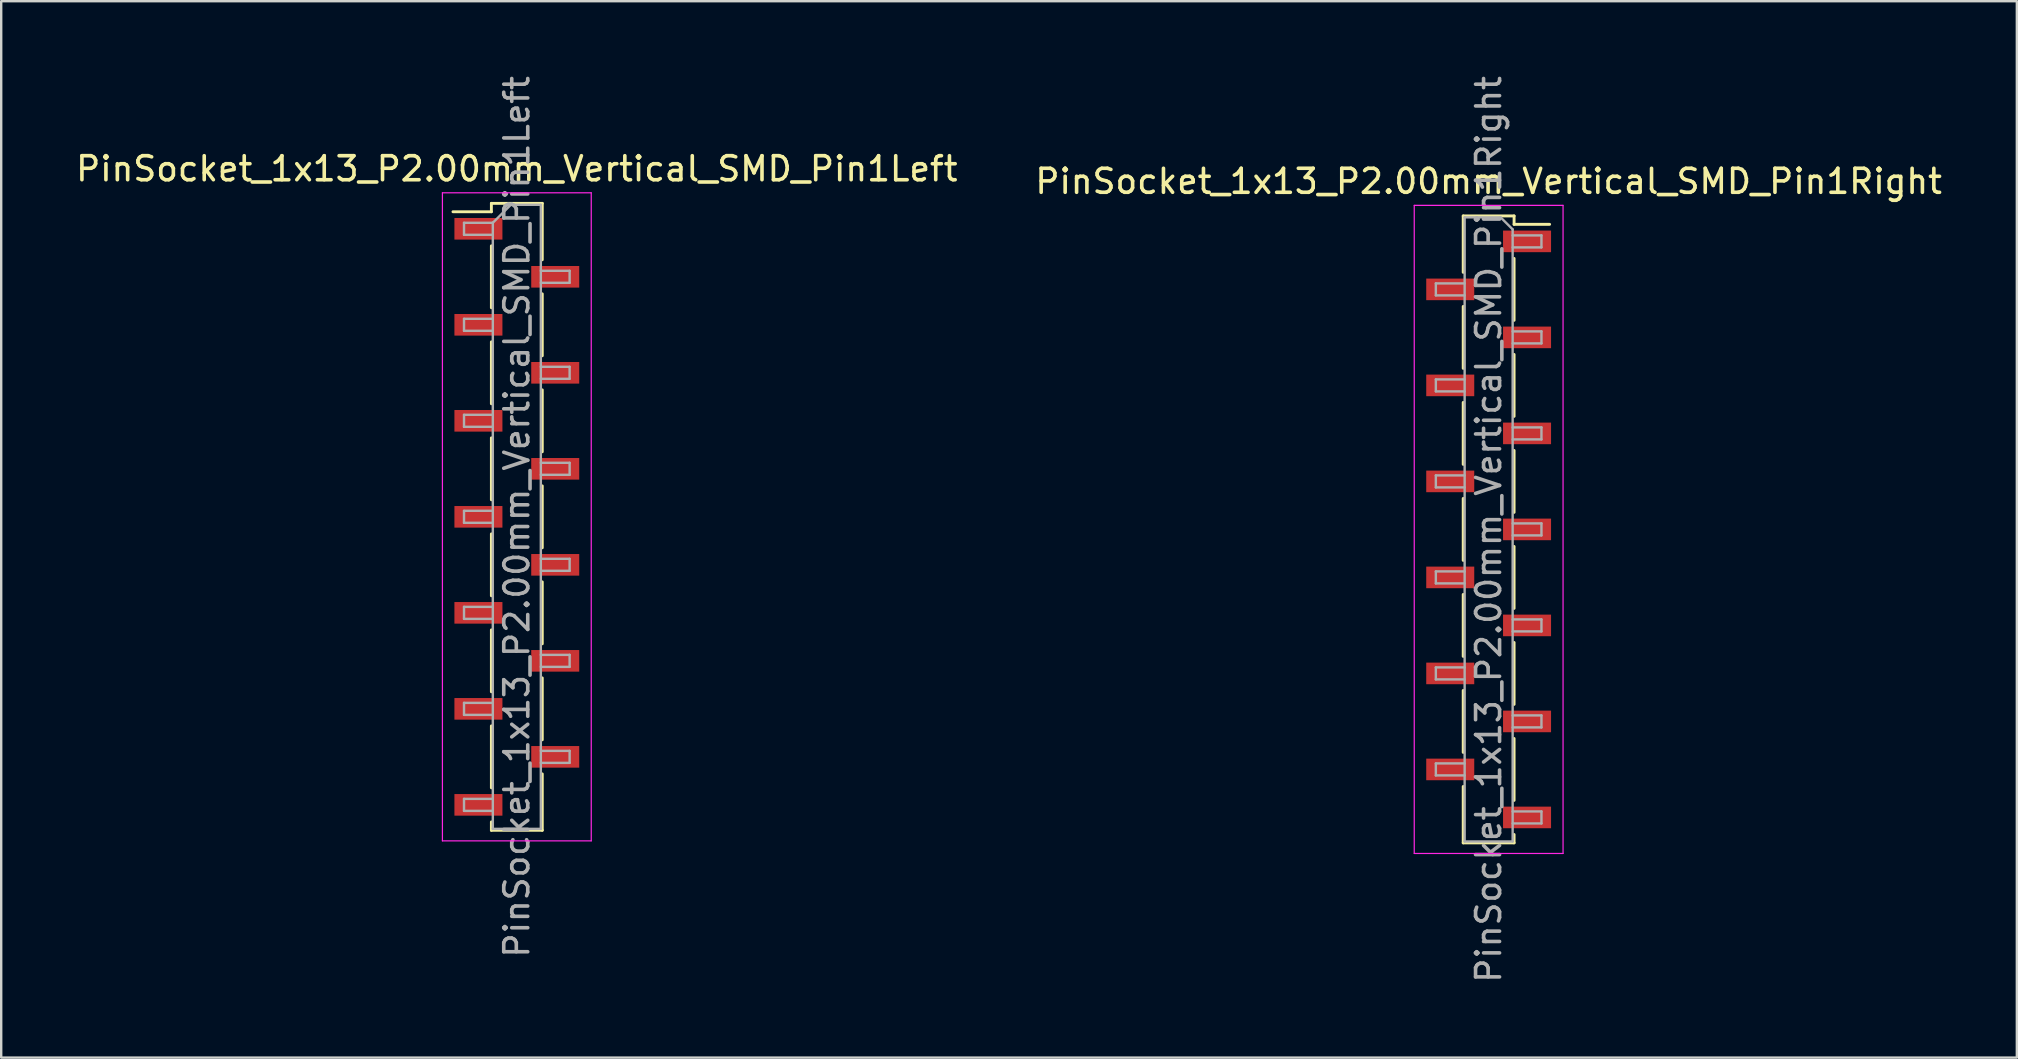
<source format=kicad_pcb>
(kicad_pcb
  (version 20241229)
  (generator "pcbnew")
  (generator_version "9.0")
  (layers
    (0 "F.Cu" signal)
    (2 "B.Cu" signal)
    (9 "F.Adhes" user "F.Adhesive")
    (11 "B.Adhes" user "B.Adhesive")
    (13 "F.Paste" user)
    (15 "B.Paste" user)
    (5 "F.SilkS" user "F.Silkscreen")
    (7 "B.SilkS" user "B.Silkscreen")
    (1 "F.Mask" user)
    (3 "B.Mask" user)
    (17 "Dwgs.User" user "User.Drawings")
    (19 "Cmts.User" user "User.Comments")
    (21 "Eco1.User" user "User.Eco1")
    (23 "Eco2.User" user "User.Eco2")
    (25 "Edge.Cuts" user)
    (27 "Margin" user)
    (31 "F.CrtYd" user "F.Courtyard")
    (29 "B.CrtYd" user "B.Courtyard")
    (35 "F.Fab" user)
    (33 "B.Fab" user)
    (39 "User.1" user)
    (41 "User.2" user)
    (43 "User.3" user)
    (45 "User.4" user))
  (footprint "PinSocket_1x13_P2.00mm_Vertical_SMD_Pin1Left"
    (layer "F.Cu")
    (at 18.482 18.482)
    (property "Reference" "PinSocket_1x13_P2.00mm_Vertical_SMD_Pin1Left" (at 0 -14.5 0) (layer "F.SilkS") (effects (font (size 1 1) (thickness 0.15))))
    (attr smd)
    (fp_line (start -2.66 -12.71) (end -1.06 -12.71) (stroke (width 0.12) (type solid)) (layer "F.SilkS"))
    (fp_line (start -1.06 -13.06) (end 1.06 -13.06) (stroke (width 0.12) (type solid)) (layer "F.SilkS"))
    (fp_line (start -1.06 -12.71) (end -1.06 -13.06) (stroke (width 0.12) (type solid)) (layer "F.SilkS"))
    (fp_line (start -1.06 -11.29) (end -1.06 -8.71) (stroke (width 0.12) (type solid)) (layer "F.SilkS"))
    (fp_line (start -1.06 -7.29) (end -1.06 -4.71) (stroke (width 0.12) (type solid)) (layer "F.SilkS"))
    (fp_line (start -1.06 -3.29) (end -1.06 -0.71) (stroke (width 0.12) (type solid)) (layer "F.SilkS"))
    (fp_line (start -1.06 0.71) (end -1.06 3.29) (stroke (width 0.12) (type solid)) (layer "F.SilkS"))
    (fp_line (start -1.06 4.71) (end -1.06 7.29) (stroke (width 0.12) (type solid)) (layer "F.SilkS"))
    (fp_line (start -1.06 8.71) (end -1.06 11.29) (stroke (width 0.12) (type solid)) (layer "F.SilkS"))
    (fp_line (start -1.06 13.06) (end -1.06 12.71) (stroke (width 0.12) (type solid)) (layer "F.SilkS"))
    (fp_line (start 1.06 -13.06) (end 1.06 -10.71) (stroke (width 0.12) (type solid)) (layer "F.SilkS"))
    (fp_line (start 1.06 -9.29) (end 1.06 -6.71) (stroke (width 0.12) (type solid)) (layer "F.SilkS"))
    (fp_line (start 1.06 -5.29) (end 1.06 -2.71) (stroke (width 0.12) (type solid)) (layer "F.SilkS"))
    (fp_line (start 1.06 -1.29) (end 1.06 1.29) (stroke (width 0.12) (type solid)) (layer "F.SilkS"))
    (fp_line (start 1.06 2.71) (end 1.06 5.29) (stroke (width 0.12) (type solid)) (layer "F.SilkS"))
    (fp_line (start 1.06 6.71) (end 1.06 9.29) (stroke (width 0.12) (type solid)) (layer "F.SilkS"))
    (fp_line (start 1.06 10.71) (end 1.06 13.06) (stroke (width 0.12) (type solid)) (layer "F.SilkS"))
    (fp_line (start 1.06 13.06) (end -1.06 13.06) (stroke (width 0.12) (type solid)) (layer "F.SilkS"))
    (fp_line (start -3.1 -13.5) (end 3.1 -13.5) (stroke (width 0.05) (type solid)) (layer "F.CrtYd"))
    (fp_line (start -3.1 13.5) (end -3.1 -13.5) (stroke (width 0.05) (type solid)) (layer "F.CrtYd"))
    (fp_line (start 3.1 -13.5) (end 3.1 13.5) (stroke (width 0.05) (type solid)) (layer "F.CrtYd"))
    (fp_line (start 3.1 13.5) (end -3.1 13.5) (stroke (width 0.05) (type solid)) (layer "F.CrtYd"))
    (fp_line (start -2.2 -12.25) (end -1 -12.25) (stroke (width 0.1) (type solid)) (layer "F.Fab"))
    (fp_line (start -2.2 -11.75) (end -2.2 -12.25) (stroke (width 0.1) (type solid)) (layer "F.Fab"))
    (fp_line (start -2.2 -8.25) (end -1 -8.25) (stroke (width 0.1) (type solid)) (layer "F.Fab"))
    (fp_line (start -2.2 -7.75) (end -2.2 -8.25) (stroke (width 0.1) (type solid)) (layer "F.Fab"))
    (fp_line (start -2.2 -4.25) (end -1 -4.25) (stroke (width 0.1) (type solid)) (layer "F.Fab"))
    (fp_line (start -2.2 -3.75) (end -2.2 -4.25) (stroke (width 0.1) (type solid)) (layer "F.Fab"))
    (fp_line (start -2.2 -0.25) (end -1 -0.25) (stroke (width 0.1) (type solid)) (layer "F.Fab"))
    (fp_line (start -2.2 0.25) (end -2.2 -0.25) (stroke (width 0.1) (type solid)) (layer "F.Fab"))
    (fp_line (start -2.2 3.75) (end -1 3.75) (stroke (width 0.1) (type solid)) (layer "F.Fab"))
    (fp_line (start -2.2 4.25) (end -2.2 3.75) (stroke (width 0.1) (type solid)) (layer "F.Fab"))
    (fp_line (start -2.2 7.75) (end -1 7.75) (stroke (width 0.1) (type solid)) (layer "F.Fab"))
    (fp_line (start -2.2 8.25) (end -2.2 7.75) (stroke (width 0.1) (type solid)) (layer "F.Fab"))
    (fp_line (start -2.2 11.75) (end -1 11.75) (stroke (width 0.1) (type solid)) (layer "F.Fab"))
    (fp_line (start -2.2 12.25) (end -2.2 11.75) (stroke (width 0.1) (type solid)) (layer "F.Fab"))
    (fp_line (start -1 -12.25) (end -0.25 -13) (stroke (width 0.1) (type solid)) (layer "F.Fab"))
    (fp_line (start -1 -11.75) (end -2.2 -11.75) (stroke (width 0.1) (type solid)) (layer "F.Fab"))
    (fp_line (start -1 -7.75) (end -2.2 -7.75) (stroke (width 0.1) (type solid)) (layer "F.Fab"))
    (fp_line (start -1 -3.75) (end -2.2 -3.75) (stroke (width 0.1) (type solid)) (layer "F.Fab"))
    (fp_line (start -1 0.25) (end -2.2 0.25) (stroke (width 0.1) (type solid)) (layer "F.Fab"))
    (fp_line (start -1 4.25) (end -2.2 4.25) (stroke (width 0.1) (type solid)) (layer "F.Fab"))
    (fp_line (start -1 8.25) (end -2.2 8.25) (stroke (width 0.1) (type solid)) (layer "F.Fab"))
    (fp_line (start -1 12.25) (end -2.2 12.25) (stroke (width 0.1) (type solid)) (layer "F.Fab"))
    (fp_line (start -1 13) (end -1 -12.25) (stroke (width 0.1) (type solid)) (layer "F.Fab"))
    (fp_line (start -0.25 -13) (end 1 -13) (stroke (width 0.1) (type solid)) (layer "F.Fab"))
    (fp_line (start 1 -13) (end 1 13) (stroke (width 0.1) (type solid)) (layer "F.Fab"))
    (fp_line (start 1 -10.25) (end 2.2 -10.25) (stroke (width 0.1) (type solid)) (layer "F.Fab"))
    (fp_line (start 1 -6.25) (end 2.2 -6.25) (stroke (width 0.1) (type solid)) (layer "F.Fab"))
    (fp_line (start 1 -2.25) (end 2.2 -2.25) (stroke (width 0.1) (type solid)) (layer "F.Fab"))
    (fp_line (start 1 1.75) (end 2.2 1.75) (stroke (width 0.1) (type solid)) (layer "F.Fab"))
    (fp_line (start 1 5.75) (end 2.2 5.75) (stroke (width 0.1) (type solid)) (layer "F.Fab"))
    (fp_line (start 1 9.75) (end 2.2 9.75) (stroke (width 0.1) (type solid)) (layer "F.Fab"))
    (fp_line (start 1 13) (end -1 13) (stroke (width 0.1) (type solid)) (layer "F.Fab"))
    (fp_line (start 2.2 -10.25) (end 2.2 -9.75) (stroke (width 0.1) (type solid)) (layer "F.Fab"))
    (fp_line (start 2.2 -9.75) (end 1 -9.75) (stroke (width 0.1) (type solid)) (layer "F.Fab"))
    (fp_line (start 2.2 -6.25) (end 2.2 -5.75) (stroke (width 0.1) (type solid)) (layer "F.Fab"))
    (fp_line (start 2.2 -5.75) (end 1 -5.75) (stroke (width 0.1) (type solid)) (layer "F.Fab"))
    (fp_line (start 2.2 -2.25) (end 2.2 -1.75) (stroke (width 0.1) (type solid)) (layer "F.Fab"))
    (fp_line (start 2.2 -1.75) (end 1 -1.75) (stroke (width 0.1) (type solid)) (layer "F.Fab"))
    (fp_line (start 2.2 1.75) (end 2.2 2.25) (stroke (width 0.1) (type solid)) (layer "F.Fab"))
    (fp_line (start 2.2 2.25) (end 1 2.25) (stroke (width 0.1) (type solid)) (layer "F.Fab"))
    (fp_line (start 2.2 5.75) (end 2.2 6.25) (stroke (width 0.1) (type solid)) (layer "F.Fab"))
    (fp_line (start 2.2 6.25) (end 1 6.25) (stroke (width 0.1) (type solid)) (layer "F.Fab"))
    (fp_line (start 2.2 9.75) (end 2.2 10.25) (stroke (width 0.1) (type solid)) (layer "F.Fab"))
    (fp_line (start 2.2 10.25) (end 1 10.25) (stroke (width 0.1) (type solid)) (layer "F.Fab"))
    (fp_text user "${REFERENCE}" (at 0 0 90) (layer "F.Fab") (effects (font (size 1 1) (thickness 0.15))))
    (pad "1" smd rect (at -1.6 -12) (size 2 0.9) (layers "F.Cu" "F.Mask" "F.Paste"))
    (pad "2" smd rect (at 1.6 -10) (size 2 0.9) (layers "F.Cu" "F.Mask" "F.Paste"))
    (pad "3" smd rect (at -1.6 -8) (size 2 0.9) (layers "F.Cu" "F.Mask" "F.Paste"))
    (pad "4" smd rect (at 1.6 -6) (size 2 0.9) (layers "F.Cu" "F.Mask" "F.Paste"))
    (pad "5" smd rect (at -1.6 -4) (size 2 0.9) (layers "F.Cu" "F.Mask" "F.Paste"))
    (pad "6" smd rect (at 1.6 -2) (size 2 0.9) (layers "F.Cu" "F.Mask" "F.Paste"))
    (pad "7" smd rect (at -1.6 0) (size 2 0.9) (layers "F.Cu" "F.Mask" "F.Paste"))
    (pad "8" smd rect (at 1.6 2) (size 2 0.9) (layers "F.Cu" "F.Mask" "F.Paste"))
    (pad "9" smd rect (at -1.6 4) (size 2 0.9) (layers "F.Cu" "F.Mask" "F.Paste"))
    (pad "10" smd rect (at 1.6 6) (size 2 0.9) (layers "F.Cu" "F.Mask" "F.Paste"))
    (pad "11" smd rect (at -1.6 8) (size 2 0.9) (layers "F.Cu" "F.Mask" "F.Paste"))
    (pad "12" smd rect (at 1.6 10) (size 2 0.9) (layers "F.Cu" "F.Mask" "F.Paste"))
    (pad "13" smd rect (at -1.6 12) (size 2 0.9) (layers "F.Cu" "F.Mask" "F.Paste")))
  (footprint "PinSocket_1x13_P2.00mm_Vertical_SMD_Pin1Right"
    (layer "F.Cu")
    (at 58.97 19.006)
    (property "Reference" "PinSocket_1x13_P2.00mm_Vertical_SMD_Pin1Right" (at 0 -14.5 0) (layer "F.SilkS") (effects (font (size 1 1) (thickness 0.15))))
    (attr smd)
    (fp_line (start -1.06 -13.06) (end -1.06 -10.71) (stroke (width 0.12) (type solid)) (layer "F.SilkS"))
    (fp_line (start -1.06 -13.06) (end 1.06 -13.06) (stroke (width 0.12) (type solid)) (layer "F.SilkS"))
    (fp_line (start -1.06 -9.29) (end -1.06 -6.71) (stroke (width 0.12) (type solid)) (layer "F.SilkS"))
    (fp_line (start -1.06 -5.29) (end -1.06 -2.71) (stroke (width 0.12) (type solid)) (layer "F.SilkS"))
    (fp_line (start -1.06 -1.29) (end -1.06 1.29) (stroke (width 0.12) (type solid)) (layer "F.SilkS"))
    (fp_line (start -1.06 2.71) (end -1.06 5.29) (stroke (width 0.12) (type solid)) (layer "F.SilkS"))
    (fp_line (start -1.06 6.71) (end -1.06 9.29) (stroke (width 0.12) (type solid)) (layer "F.SilkS"))
    (fp_line (start -1.06 10.71) (end -1.06 13.06) (stroke (width 0.12) (type solid)) (layer "F.SilkS"))
    (fp_line (start -1.06 13.06) (end 1.06 13.06) (stroke (width 0.12) (type solid)) (layer "F.SilkS"))
    (fp_line (start 1.06 -13.06) (end 1.06 -12.71) (stroke (width 0.12) (type solid)) (layer "F.SilkS"))
    (fp_line (start 1.06 -12.71) (end 2.54 -12.71) (stroke (width 0.12) (type solid)) (layer "F.SilkS"))
    (fp_line (start 1.06 -11.29) (end 1.06 -8.71) (stroke (width 0.12) (type solid)) (layer "F.SilkS"))
    (fp_line (start 1.06 -7.29) (end 1.06 -4.71) (stroke (width 0.12) (type solid)) (layer "F.SilkS"))
    (fp_line (start 1.06 -3.29) (end 1.06 -0.71) (stroke (width 0.12) (type solid)) (layer "F.SilkS"))
    (fp_line (start 1.06 0.71) (end 1.06 3.29) (stroke (width 0.12) (type solid)) (layer "F.SilkS"))
    (fp_line (start 1.06 4.71) (end 1.06 7.29) (stroke (width 0.12) (type solid)) (layer "F.SilkS"))
    (fp_line (start 1.06 8.71) (end 1.06 11.29) (stroke (width 0.12) (type solid)) (layer "F.SilkS"))
    (fp_line (start 1.06 12.71) (end 1.06 13.06) (stroke (width 0.12) (type solid)) (layer "F.SilkS"))
    (fp_line (start -3.1 -13.5) (end 3.1 -13.5) (stroke (width 0.05) (type solid)) (layer "F.CrtYd"))
    (fp_line (start -3.1 13.5) (end -3.1 -13.5) (stroke (width 0.05) (type solid)) (layer "F.CrtYd"))
    (fp_line (start 3.1 -13.5) (end 3.1 13.5) (stroke (width 0.05) (type solid)) (layer "F.CrtYd"))
    (fp_line (start 3.1 13.5) (end -3.1 13.5) (stroke (width 0.05) (type solid)) (layer "F.CrtYd"))
    (fp_line (start -2.2 -10.25) (end -1 -10.25) (stroke (width 0.1) (type solid)) (layer "F.Fab"))
    (fp_line (start -2.2 -9.75) (end -2.2 -10.25) (stroke (width 0.1) (type solid)) (layer "F.Fab"))
    (fp_line (start -2.2 -6.25) (end -1 -6.25) (stroke (width 0.1) (type solid)) (layer "F.Fab"))
    (fp_line (start -2.2 -5.75) (end -2.2 -6.25) (stroke (width 0.1) (type solid)) (layer "F.Fab"))
    (fp_line (start -2.2 -2.25) (end -1 -2.25) (stroke (width 0.1) (type solid)) (layer "F.Fab"))
    (fp_line (start -2.2 -1.75) (end -2.2 -2.25) (stroke (width 0.1) (type solid)) (layer "F.Fab"))
    (fp_line (start -2.2 1.75) (end -1 1.75) (stroke (width 0.1) (type solid)) (layer "F.Fab"))
    (fp_line (start -2.2 2.25) (end -2.2 1.75) (stroke (width 0.1) (type solid)) (layer "F.Fab"))
    (fp_line (start -2.2 5.75) (end -1 5.75) (stroke (width 0.1) (type solid)) (layer "F.Fab"))
    (fp_line (start -2.2 6.25) (end -2.2 5.75) (stroke (width 0.1) (type solid)) (layer "F.Fab"))
    (fp_line (start -2.2 9.75) (end -1 9.75) (stroke (width 0.1) (type solid)) (layer "F.Fab"))
    (fp_line (start -2.2 10.25) (end -2.2 9.75) (stroke (width 0.1) (type solid)) (layer "F.Fab"))
    (fp_line (start -1 -13) (end 0.5 -13) (stroke (width 0.1) (type solid)) (layer "F.Fab"))
    (fp_line (start -1 -9.75) (end -2.2 -9.75) (stroke (width 0.1) (type solid)) (layer "F.Fab"))
    (fp_line (start -1 -5.75) (end -2.2 -5.75) (stroke (width 0.1) (type solid)) (layer "F.Fab"))
    (fp_line (start -1 -1.75) (end -2.2 -1.75) (stroke (width 0.1) (type solid)) (layer "F.Fab"))
    (fp_line (start -1 2.25) (end -2.2 2.25) (stroke (width 0.1) (type solid)) (layer "F.Fab"))
    (fp_line (start -1 6.25) (end -2.2 6.25) (stroke (width 0.1) (type solid)) (layer "F.Fab"))
    (fp_line (start -1 10.25) (end -2.2 10.25) (stroke (width 0.1) (type solid)) (layer "F.Fab"))
    (fp_line (start -1 13) (end -1 -13) (stroke (width 0.1) (type solid)) (layer "F.Fab"))
    (fp_line (start 0.5 -13) (end 1 -12.5) (stroke (width 0.1) (type solid)) (layer "F.Fab"))
    (fp_line (start 1 -12.5) (end 1 13) (stroke (width 0.1) (type solid)) (layer "F.Fab"))
    (fp_line (start 1 -12.25) (end 2.2 -12.25) (stroke (width 0.1) (type solid)) (layer "F.Fab"))
    (fp_line (start 1 -8.25) (end 2.2 -8.25) (stroke (width 0.1) (type solid)) (layer "F.Fab"))
    (fp_line (start 1 -4.25) (end 2.2 -4.25) (stroke (width 0.1) (type solid)) (layer "F.Fab"))
    (fp_line (start 1 -0.25) (end 2.2 -0.25) (stroke (width 0.1) (type solid)) (layer "F.Fab"))
    (fp_line (start 1 3.75) (end 2.2 3.75) (stroke (width 0.1) (type solid)) (layer "F.Fab"))
    (fp_line (start 1 7.75) (end 2.2 7.75) (stroke (width 0.1) (type solid)) (layer "F.Fab"))
    (fp_line (start 1 11.75) (end 2.2 11.75) (stroke (width 0.1) (type solid)) (layer "F.Fab"))
    (fp_line (start 1 13) (end -1 13) (stroke (width 0.1) (type solid)) (layer "F.Fab"))
    (fp_line (start 2.2 -12.25) (end 2.2 -11.75) (stroke (width 0.1) (type solid)) (layer "F.Fab"))
    (fp_line (start 2.2 -11.75) (end 1 -11.75) (stroke (width 0.1) (type solid)) (layer "F.Fab"))
    (fp_line (start 2.2 -8.25) (end 2.2 -7.75) (stroke (width 0.1) (type solid)) (layer "F.Fab"))
    (fp_line (start 2.2 -7.75) (end 1 -7.75) (stroke (width 0.1) (type solid)) (layer "F.Fab"))
    (fp_line (start 2.2 -4.25) (end 2.2 -3.75) (stroke (width 0.1) (type solid)) (layer "F.Fab"))
    (fp_line (start 2.2 -3.75) (end 1 -3.75) (stroke (width 0.1) (type solid)) (layer "F.Fab"))
    (fp_line (start 2.2 -0.25) (end 2.2 0.25) (stroke (width 0.1) (type solid)) (layer "F.Fab"))
    (fp_line (start 2.2 0.25) (end 1 0.25) (stroke (width 0.1) (type solid)) (layer "F.Fab"))
    (fp_line (start 2.2 3.75) (end 2.2 4.25) (stroke (width 0.1) (type solid)) (layer "F.Fab"))
    (fp_line (start 2.2 4.25) (end 1 4.25) (stroke (width 0.1) (type solid)) (layer "F.Fab"))
    (fp_line (start 2.2 7.75) (end 2.2 8.25) (stroke (width 0.1) (type solid)) (layer "F.Fab"))
    (fp_line (start 2.2 8.25) (end 1 8.25) (stroke (width 0.1) (type solid)) (layer "F.Fab"))
    (fp_line (start 2.2 11.75) (end 2.2 12.25) (stroke (width 0.1) (type solid)) (layer "F.Fab"))
    (fp_line (start 2.2 12.25) (end 1 12.25) (stroke (width 0.1) (type solid)) (layer "F.Fab"))
    (fp_text user "${REFERENCE}" (at 0 0 90) (layer "F.Fab") (effects (font (size 1 1) (thickness 0.15))))
    (pad "1" smd rect (at 1.6 -12) (size 2 0.9) (layers "F.Cu" "F.Mask" "F.Paste"))
    (pad "2" smd rect (at -1.6 -10) (size 2 0.9) (layers "F.Cu" "F.Mask" "F.Paste"))
    (pad "3" smd rect (at 1.6 -8) (size 2 0.9) (layers "F.Cu" "F.Mask" "F.Paste"))
    (pad "4" smd rect (at -1.6 -6) (size 2 0.9) (layers "F.Cu" "F.Mask" "F.Paste"))
    (pad "5" smd rect (at 1.6 -4) (size 2 0.9) (layers "F.Cu" "F.Mask" "F.Paste"))
    (pad "6" smd rect (at -1.6 -2) (size 2 0.9) (layers "F.Cu" "F.Mask" "F.Paste"))
    (pad "7" smd rect (at 1.6 0) (size 2 0.9) (layers "F.Cu" "F.Mask" "F.Paste"))
    (pad "8" smd rect (at -1.6 2) (size 2 0.9) (layers "F.Cu" "F.Mask" "F.Paste"))
    (pad "9" smd rect (at 1.6 4) (size 2 0.9) (layers "F.Cu" "F.Mask" "F.Paste"))
    (pad "10" smd rect (at -1.6 6) (size 2 0.9) (layers "F.Cu" "F.Mask" "F.Paste"))
    (pad "11" smd rect (at 1.6 8) (size 2 0.9) (layers "F.Cu" "F.Mask" "F.Paste"))
    (pad "12" smd rect (at -1.6 10) (size 2 0.9) (layers "F.Cu" "F.Mask" "F.Paste"))
    (pad "13" smd rect (at 1.6 12) (size 2 0.9) (layers "F.Cu" "F.Mask" "F.Paste")))
  (gr_rect
    (start -3 -3)
    (end 80.976 41.012)
    (stroke (width 0.1) (type default))
    (fill no)
    (layer "Edge.Cuts")))
</source>
